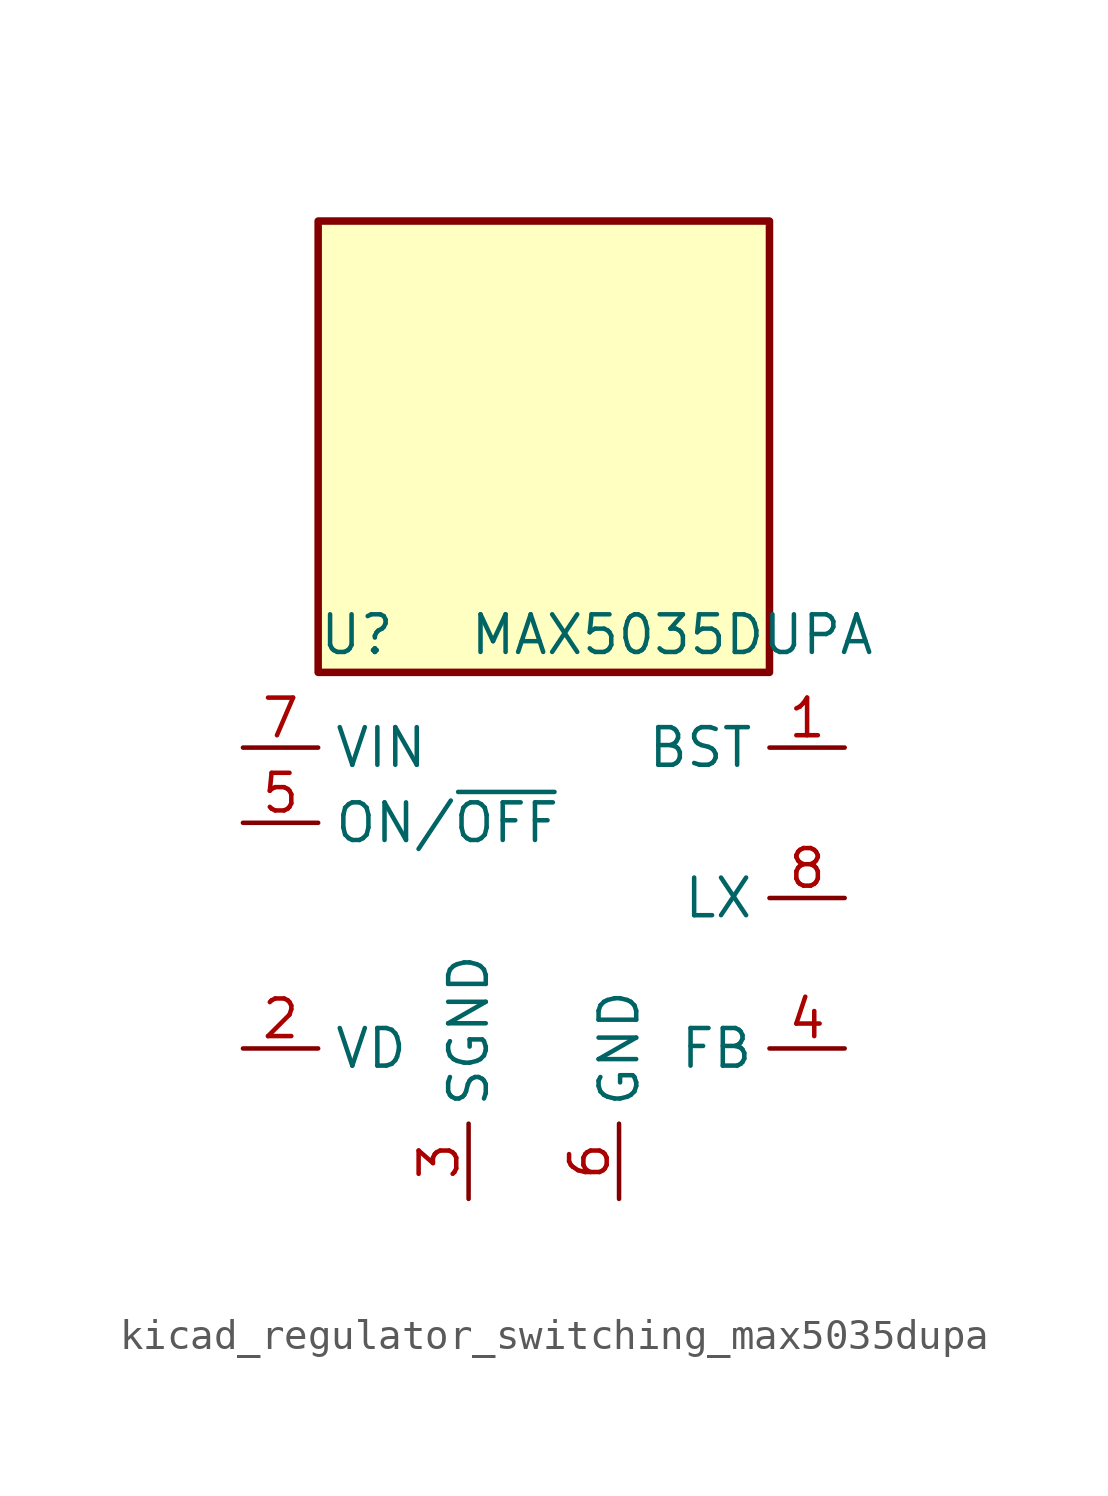
<source format=kicad_sym>
(kicad_symbol_lib
  (version 20220914)
  (generator kicad_symbol_editor)
  (symbol "kicad_regulator_switching_max5035dupa"
    (property "Reference" "U"
      (at -7.62 8.89 0)
      (effects (font (size 1.27 1.27)) (justify left)))
    (property "Value" "MAX5035DUPA"
      (at -2.54 8.89 0)
      (effects (font (size 1.27 1.27)) (justify left)))
    (symbol "kicad_regulator_switching_max5035dupa_0_1"
      (rectangle (start 7.62 22.86) (end -7.62 7.62) (stroke (width 0.254) (type default)) (fill (type background))))
    (symbol "kicad_regulator_switching_max5035dupa_1_1"
      (pin passive line (at 10.16 5.08 180) (length 2.54) (name "BST" (effects (font (size 1.27 1.27)))) (number "1" (effects (font (size 1.27 1.27)))))
      (pin passive line (at -10.16 -5.08 0) (length 2.54) (name "VD" (effects (font (size 1.27 1.27)))) (number "2" (effects (font (size 1.27 1.27)))))
      (pin power_in line (at -2.54 -10.16 90) (length 2.54) (name "SGND" (effects (font (size 1.27 1.27)))) (number "3" (effects (font (size 1.27 1.27)))))
      (pin input line (at 10.16 -5.08 180) (length 2.54) (name "FB" (effects (font (size 1.27 1.27)))) (number "4" (effects (font (size 1.27 1.27)))))
      (pin input line (at -10.16 2.54 0) (length 2.54) (name "ON/~{OFF}" (effects (font (size 1.27 1.27)))) (number "5" (effects (font (size 1.27 1.27)))))
      (pin power_in line (at 2.54 -10.16 90) (length 2.54) (name "GND" (effects (font (size 1.27 1.27)))) (number "6" (effects (font (size 1.27 1.27)))))
      (pin power_in line (at -10.16 5.08 0) (length 2.54) (name "VIN" (effects (font (size 1.27 1.27)))) (number "7" (effects (font (size 1.27 1.27)))))
      (pin output line (at 10.16 0 180) (length 2.54) (name "LX" (effects (font (size 1.27 1.27)))) (number "8" (effects (font (size 1.27 1.27))))))))
</source>
